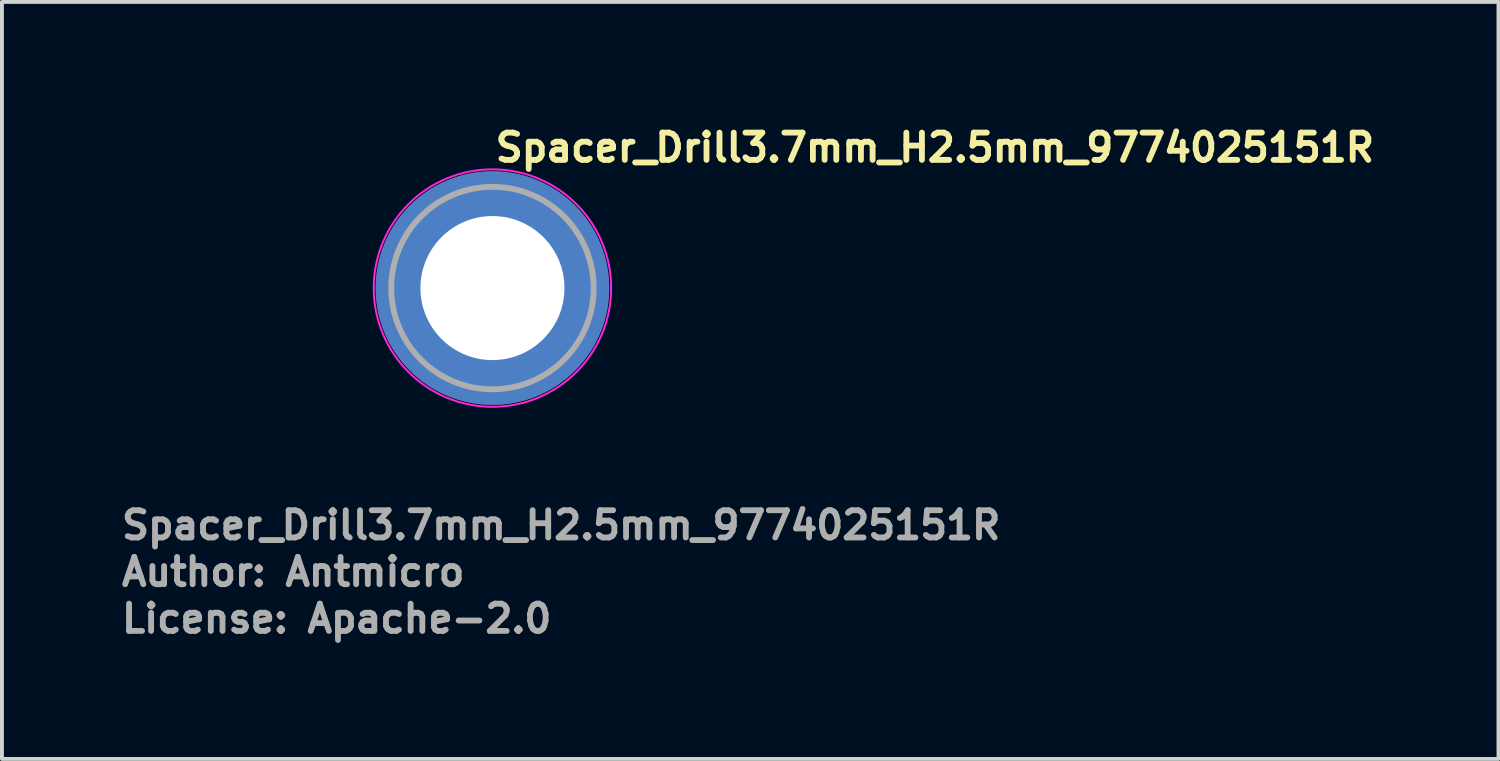
<source format=kicad_pcb>
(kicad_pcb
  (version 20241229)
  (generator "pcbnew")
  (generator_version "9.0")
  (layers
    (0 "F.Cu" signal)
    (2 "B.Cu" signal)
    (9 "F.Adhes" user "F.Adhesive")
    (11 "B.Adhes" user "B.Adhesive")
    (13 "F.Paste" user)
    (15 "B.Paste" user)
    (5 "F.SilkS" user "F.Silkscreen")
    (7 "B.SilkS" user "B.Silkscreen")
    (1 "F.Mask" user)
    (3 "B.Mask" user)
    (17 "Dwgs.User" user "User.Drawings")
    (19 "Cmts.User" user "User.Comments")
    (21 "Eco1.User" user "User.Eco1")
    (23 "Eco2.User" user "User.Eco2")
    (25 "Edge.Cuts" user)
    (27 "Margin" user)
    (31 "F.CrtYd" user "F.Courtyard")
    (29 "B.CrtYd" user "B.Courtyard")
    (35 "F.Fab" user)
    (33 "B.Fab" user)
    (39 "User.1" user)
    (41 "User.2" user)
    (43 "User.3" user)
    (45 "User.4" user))
  (footprint "Spacer_Drill3.7mm_H2.5mm_9774025151R"
    (layer "F.Cu")
    (at 9.6 4.35)
    (property "Reference" "Spacer_Drill3.7mm_H2.5mm_9774025151R" (at 0 -3.2 0) (layer "F.SilkS") (effects (font (size 0.7 0.7) (thickness 0.15)) (justify left bottom)))
    (attr smd)
    (fp_circle (center 0 0) (end 3.05 0) (stroke (width 0.05) (type solid)) (fill no) (layer "F.CrtYd"))
    (fp_circle (center 0 0) (end 2.6 0) (stroke (width 0.15) (type solid)) (fill no) (layer "F.Fab"))
    (fp_circle (center 0 0) (end 2.6 0) (stroke (width 0.1) (type solid)) (fill no) (layer "User.5"))
    (fp_circle (center 0 0) (end 1 0) (stroke (width 0.02) (type default)) (fill no) (layer "User.9"))
    (fp_circle (center 0 0) (end 2.55 0) (stroke (width 0.02) (type default)) (fill no) (layer "User.9"))
    (fp_text user "Author: Antmicro" (at -9.6 7.7 0) (layer "F.Fab") (effects (font (size 0.7 0.7) (thickness 0.15)) (justify left bottom)))
    (fp_text user "License: Apache-2.0" (at -9.6 8.9 0) (layer "F.Fab") (effects (font (size 0.7 0.7) (thickness 0.15)) (justify left bottom)))
    (fp_text user "${REFERENCE}" (at -9.6 6.5 0) (layer "F.Fab") (effects (font (size 0.7 0.7) (thickness 0.15)) (justify left bottom)))
    (pad "" smd custom (at -1.7 -1.7) (size 0.62 0.62) (layers "F.Paste") (options (anchor circle)) (primitives (gr_arc (start -0.250195 1.279127) (mid 0.285453 0.294389) (end 1.266786 -0.24747) (width 0.2)) (gr_arc (start -0.34334 1.279127) (mid 0.218448 0.232561) (end 1.259603 -0.339191) (width 0.2)) (gr_arc (start -0.436309 1.279127) (mid 0.152481 0.169693) (end 1.255279 -0.431435) (width 0.2)) (gr_arc (start -0.529126 1.279127) (mid 0.087542 0.105784) (end 1.253811 -0.524161) (width 0.2)) (gr_arc (start -0.621807 1.279127) (mid 0.0309 0.033527) (end 1.275473 -0.621136) (width 0.2)) (gr_arc (start -0.71437 1.279127) (mid -0.037758 -0.026651) (end 1.263664 -0.711602) (width 0.2)) (gr_arc (start -0.806826 1.279127) (mid -0.105837 -0.087395) (end 1.253435 -0.802342) (width 0.2)) (gr_arc (start -0.899187 1.279127) (mid -0.165236 -0.156885) (end 1.267475 -0.897258) (width 0.2)) (gr_arc (start -0.991463 1.279127) (mid -0.228522 -0.222449) (end 1.270645 -0.990112) (width 0.2)) (gr_arc (start -1.083663 1.279127) (mid -0.294507 -0.285313) (end 1.266278 -1.081674) (width 0.2)) (gr_line (start 1.279 -0.25) (end 1.279 -1.084) (width 0.2)) (gr_line (start -0.25 1.279) (end -1.084 1.279) (width 0.2))))
    (pad "" smd custom (at -1.7 1.7 90) (size 0.62 0.62) (layers "F.Paste") (options (anchor circle)) (primitives (gr_arc (start -0.250195 1.279127) (mid 0.285453 0.294389) (end 1.266786 -0.24747) (width 0.2)) (gr_arc (start -0.34334 1.279127) (mid 0.218448 0.232561) (end 1.259603 -0.339191) (width 0.2)) (gr_arc (start -0.436309 1.279127) (mid 0.152481 0.169693) (end 1.255279 -0.431435) (width 0.2)) (gr_arc (start -0.529126 1.279127) (mid 0.087542 0.105784) (end 1.253811 -0.524161) (width 0.2)) (gr_arc (start -0.621807 1.279127) (mid 0.0309 0.033527) (end 1.275473 -0.621136) (width 0.2)) (gr_arc (start -0.71437 1.279127) (mid -0.037758 -0.026651) (end 1.263664 -0.711602) (width 0.2)) (gr_arc (start -0.806826 1.279127) (mid -0.105837 -0.087395) (end 1.253435 -0.802342) (width 0.2)) (gr_arc (start -0.899187 1.279127) (mid -0.165236 -0.156885) (end 1.267475 -0.897258) (width 0.2)) (gr_arc (start -0.991463 1.279127) (mid -0.228522 -0.222449) (end 1.270645 -0.990112) (width 0.2)) (gr_arc (start -1.083663 1.279127) (mid -0.294507 -0.285313) (end 1.266278 -1.081674) (width 0.2)) (gr_line (start 1.279 -0.25) (end 1.279 -1.084) (width 0.2)) (gr_line (start -0.25 1.279) (end -1.084 1.279) (width 0.2))))
    (pad "" smd custom (at 1.7 -1.7 270) (size 0.62 0.62) (layers "F.Paste") (options (anchor circle)) (primitives (gr_arc (start -0.250195 1.279127) (mid 0.285453 0.294389) (end 1.266786 -0.24747) (width 0.2)) (gr_arc (start -0.34334 1.279127) (mid 0.218448 0.232561) (end 1.259603 -0.339191) (width 0.2)) (gr_arc (start -0.436309 1.279127) (mid 0.152481 0.169693) (end 1.255279 -0.431435) (width 0.2)) (gr_arc (start -0.529126 1.279127) (mid 0.087542 0.105784) (end 1.253811 -0.524161) (width 0.2)) (gr_arc (start -0.621807 1.279127) (mid 0.0309 0.033527) (end 1.275473 -0.621136) (width 0.2)) (gr_arc (start -0.71437 1.279127) (mid -0.037758 -0.026651) (end 1.263664 -0.711602) (width 0.2)) (gr_arc (start -0.806826 1.279127) (mid -0.105837 -0.087395) (end 1.253435 -0.802342) (width 0.2)) (gr_arc (start -0.899187 1.279127) (mid -0.165236 -0.156885) (end 1.267475 -0.897258) (width 0.2)) (gr_arc (start -0.991463 1.279127) (mid -0.228522 -0.222449) (end 1.270645 -0.990112) (width 0.2)) (gr_arc (start -1.083663 1.279127) (mid -0.294507 -0.285313) (end 1.266278 -1.081674) (width 0.2)) (gr_line (start 1.279 -0.25) (end 1.279 -1.084) (width 0.2)) (gr_line (start -0.25 1.279) (end -1.084 1.279) (width 0.2))))
    (pad "" smd custom (at 1.7 1.7 180) (size 0.62 0.62) (layers "F.Paste") (options (anchor circle)) (primitives (gr_arc (start -0.250195 1.279127) (mid 0.285453 0.294389) (end 1.266786 -0.24747) (width 0.2)) (gr_arc (start -0.34334 1.279127) (mid 0.218448 0.232561) (end 1.259603 -0.339191) (width 0.2)) (gr_arc (start -0.436309 1.279127) (mid 0.152481 0.169693) (end 1.255279 -0.431435) (width 0.2)) (gr_arc (start -0.529126 1.279127) (mid 0.087542 0.105784) (end 1.253811 -0.524161) (width 0.2)) (gr_arc (start -0.621807 1.279127) (mid 0.0309 0.033527) (end 1.275473 -0.621136) (width 0.2)) (gr_arc (start -0.71437 1.279127) (mid -0.037758 -0.026651) (end 1.263664 -0.711602) (width 0.2)) (gr_arc (start -0.806826 1.279127) (mid -0.105837 -0.087395) (end 1.253435 -0.802342) (width 0.2)) (gr_arc (start -0.899187 1.279127) (mid -0.165236 -0.156885) (end 1.267475 -0.897258) (width 0.2)) (gr_arc (start -0.991463 1.279127) (mid -0.228522 -0.222449) (end 1.270645 -0.990112) (width 0.2)) (gr_arc (start -1.083663 1.279127) (mid -0.294507 -0.285313) (end 1.266278 -1.081674) (width 0.2)) (gr_line (start 1.279 -0.25) (end 1.279 -1.084) (width 0.2)) (gr_line (start -0.25 1.279) (end -1.084 1.279) (width 0.2))))
    (pad "1" thru_hole circle (at 0 0) (size 6 6) (drill 3.7) (layers "*.Cu" "*.Mask")))
  (gr_rect
    (start -3 -3)
    (end 35.443 16.445)
    (stroke (width 0.1) (type default))
    (fill no)
    (layer "Edge.Cuts")))
</source>
